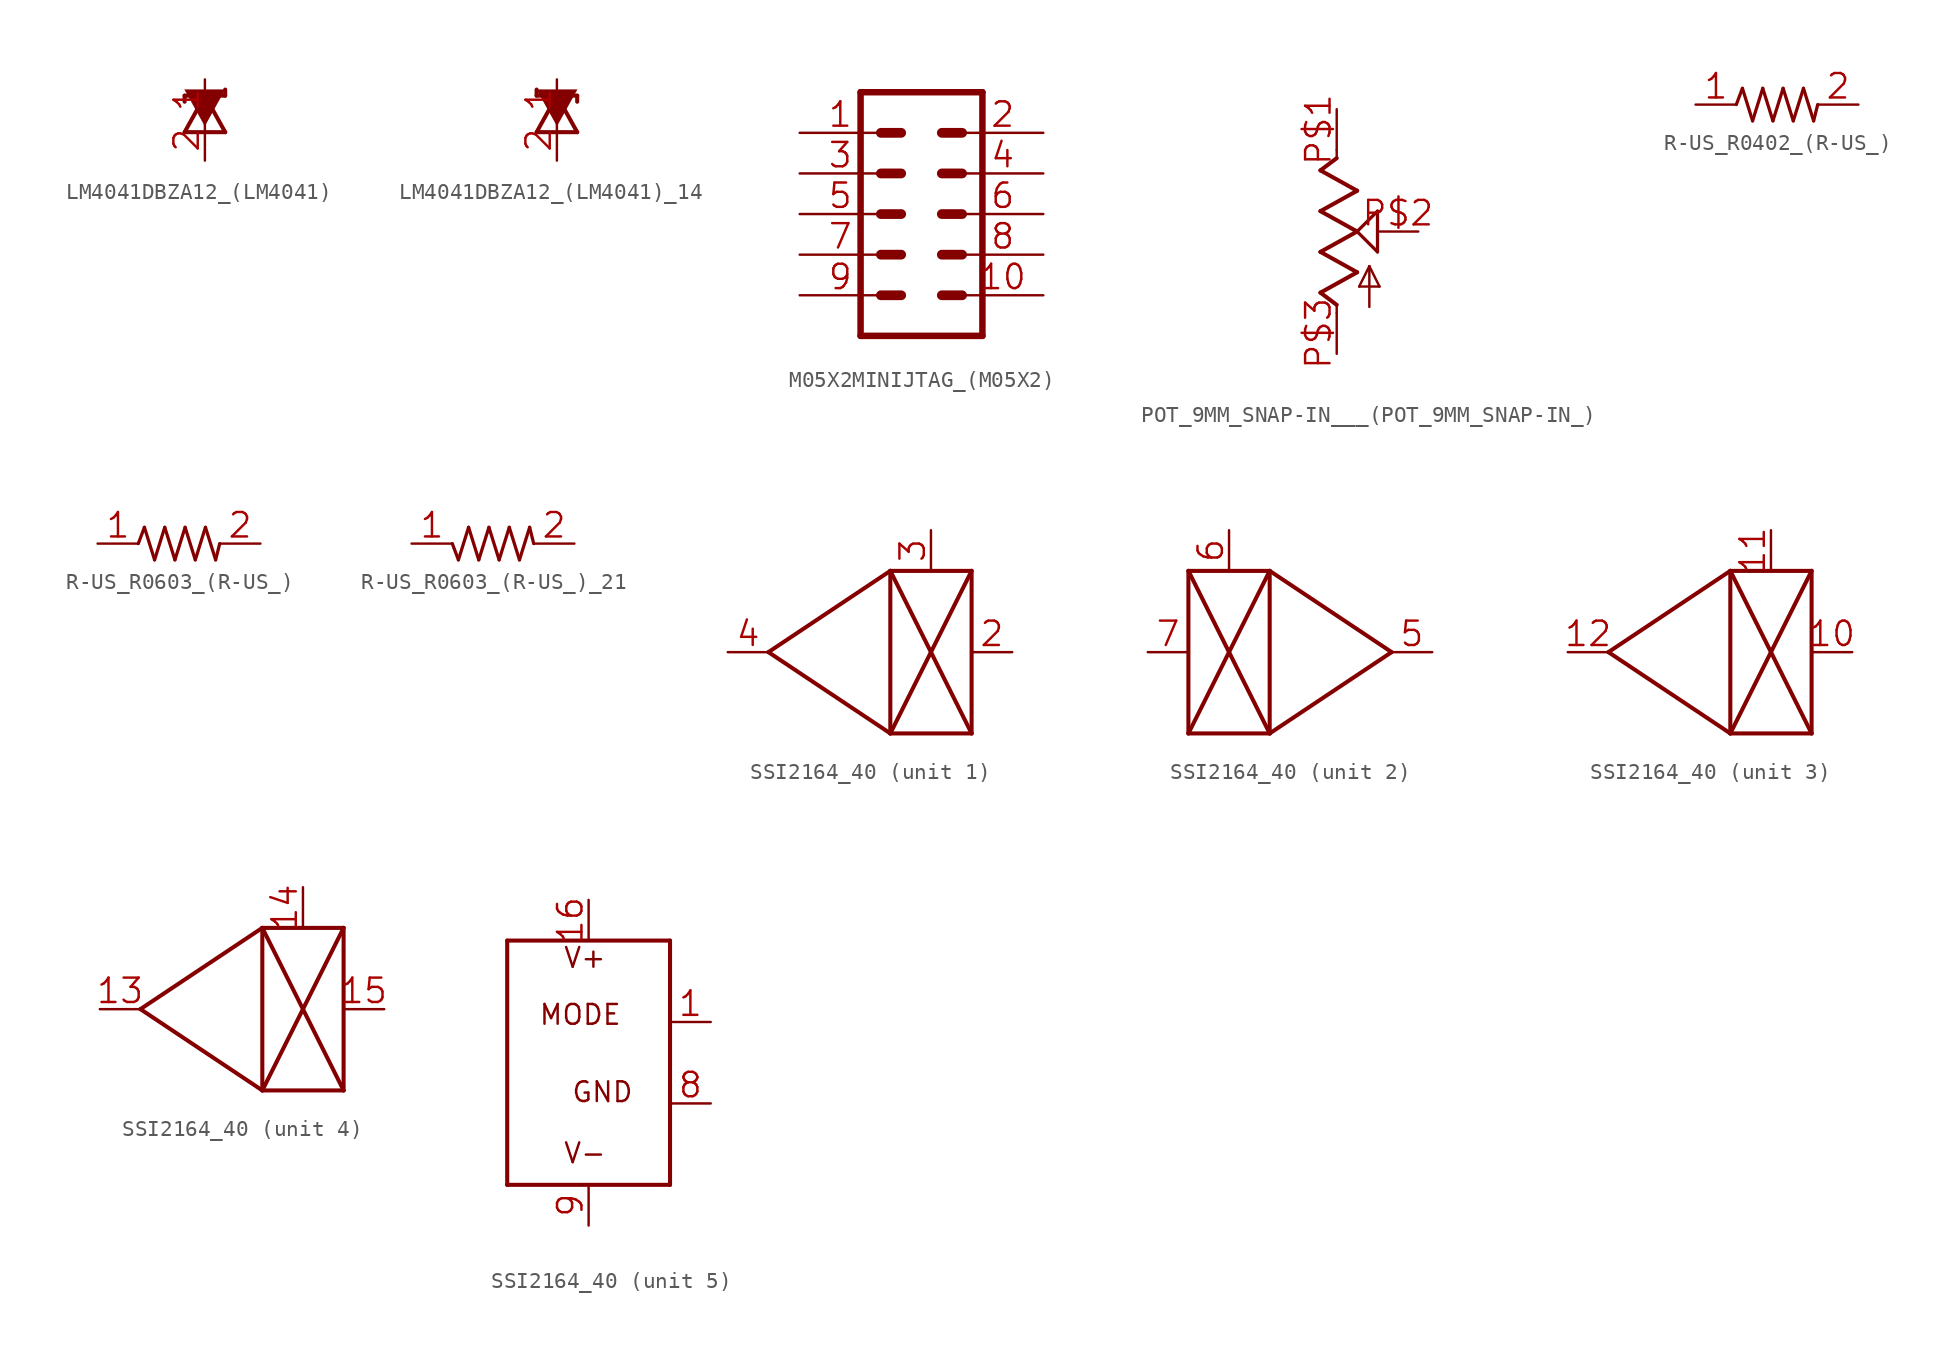
<source format=kicad_sym>
(kicad_symbol_lib
  (version 20241209)
  (generator "kicad_symbol_editor")
  (generator_version "9.0")
  (symbol "LM4041DBZA12_(LM4041)"
    (property "Reference" "U"
      (at 0 0 0)
      (effects (font (size 1.27 1.27)) (hide yes)))
    (property "ki_locked" ""
      (at 0 0 0)
      (effects (font (size 1.27 1.27))))
    (symbol "LM4041DBZA12_(LM4041)_1_0"
      (polyline (pts (xy -1.27 0.952) (xy -1.27 0.572)) (stroke (width 0.254) (type solid)) (fill (type none)))
      (polyline (pts (xy -1.27 -1.333) (xy 1.27 -1.333)) (stroke (width 0.254) (type solid)) (fill (type none)))
      (polyline (pts (xy 0 0.952) (xy -1.27 -1.333)) (stroke (width 0.254) (type solid)) (fill (type none)))
      (polyline (pts (xy 0 -0.952) (xy -1.27 1.333) (xy 1.27 1.333)) (stroke (width 0.002) (type solid)) (fill (type outline)))
      (polyline (pts (xy 1.27 1.333) (xy 1.27 0.952)) (stroke (width 0.254) (type solid)) (fill (type none)))
      (polyline (pts (xy 1.27 0.952) (xy -1.27 0.952)) (stroke (width 0.254) (type solid)) (fill (type none)))
      (polyline (pts (xy 1.27 -1.333) (xy 0 0.952)) (stroke (width 0.254) (type solid)) (fill (type none)))
      (pin passive line (at 0 1.968 270) (length 2.54) (name "C" (effects (font (size 0 0)))) (number "1" (effects (font (size 1.524 1.524)))))
      (pin passive line (at 0 -3.112 90) (length 2.54) (name "A" (effects (font (size 0 0)))) (number "2" (effects (font (size 1.524 1.524)))))))
  (symbol "LM4041DBZA12_(LM4041)_14"
    (property "Reference" "U"
      (at 0 0 0)
      (effects (font (size 1.27 1.27)) (hide yes)))
    (property "ki_locked" ""
      (at 0 0 0)
      (effects (font (size 1.27 1.27))))
    (symbol "LM4041DBZA12_(LM4041)_14_1_0"
      (polyline (pts (xy -1.27 1.333) (xy -1.27 0.952)) (stroke (width 0.254) (type solid)) (fill (type none)))
      (polyline (pts (xy -1.27 0.952) (xy 1.27 0.952)) (stroke (width 0.254) (type solid)) (fill (type none)))
      (polyline (pts (xy -1.27 -1.333) (xy 0 0.952)) (stroke (width 0.254) (type solid)) (fill (type none)))
      (polyline (pts (xy 0 0.952) (xy 1.27 -1.333)) (stroke (width 0.254) (type solid)) (fill (type none)))
      (polyline (pts (xy 0 -0.952) (xy 1.27 1.333) (xy -1.27 1.333)) (stroke (width 0.002) (type solid)) (fill (type outline)))
      (polyline (pts (xy 1.27 0.952) (xy 1.27 0.572)) (stroke (width 0.254) (type solid)) (fill (type none)))
      (polyline (pts (xy 1.27 -1.333) (xy -1.27 -1.333)) (stroke (width 0.254) (type solid)) (fill (type none)))
      (pin passive line (at 0 1.968 270) (length 2.54) (name "C" (effects (font (size 0 0)))) (number "1" (effects (font (size 1.524 1.524)))))
      (pin passive line (at 0 -3.112 90) (length 2.54) (name "A" (effects (font (size 0 0)))) (number "2" (effects (font (size 1.524 1.524)))))))
  (symbol "M05X2MINIJTAG_(M05X2)"
    (property "Reference" "P"
      (at 0 0 0)
      (effects (font (size 1.27 1.27)) (hide yes)))
    (property "ki_locked" ""
      (at 0 0 0)
      (effects (font (size 1.27 1.27))))
    (symbol "M05X2MINIJTAG_(M05X2)_1_0"
      (polyline (pts (xy -3.81 7.62) (xy -3.81 -7.62)) (stroke (width 0.406) (type solid)) (fill (type none)))
      (polyline (pts (xy -3.81 7.62) (xy 3.81 7.62)) (stroke (width 0.406) (type solid)) (fill (type none)))
      (polyline (pts (xy -1.27 5.08) (xy -2.54 5.08)) (stroke (width 0.61) (type solid)) (fill (type none)))
      (polyline (pts (xy -1.27 2.54) (xy -2.54 2.54)) (stroke (width 0.61) (type solid)) (fill (type none)))
      (polyline (pts (xy -1.27 0) (xy -2.54 0)) (stroke (width 0.61) (type solid)) (fill (type none)))
      (polyline (pts (xy -1.27 -2.54) (xy -2.54 -2.54)) (stroke (width 0.61) (type solid)) (fill (type none)))
      (polyline (pts (xy -1.27 -5.08) (xy -2.54 -5.08)) (stroke (width 0.61) (type solid)) (fill (type none)))
      (polyline (pts (xy 1.27 5.08) (xy 2.54 5.08)) (stroke (width 0.61) (type solid)) (fill (type none)))
      (polyline (pts (xy 1.27 2.54) (xy 2.54 2.54)) (stroke (width 0.61) (type solid)) (fill (type none)))
      (polyline (pts (xy 1.27 0) (xy 2.54 0)) (stroke (width 0.61) (type solid)) (fill (type none)))
      (polyline (pts (xy 1.27 -2.54) (xy 2.54 -2.54)) (stroke (width 0.61) (type solid)) (fill (type none)))
      (polyline (pts (xy 1.27 -5.08) (xy 2.54 -5.08)) (stroke (width 0.61) (type solid)) (fill (type none)))
      (polyline (pts (xy 3.81 -7.62) (xy -3.81 -7.62)) (stroke (width 0.406) (type solid)) (fill (type none)))
      (polyline (pts (xy 3.81 -7.62) (xy 3.81 7.62)) (stroke (width 0.406) (type solid)) (fill (type none)))
      (pin passive line (at -7.62 5.08 0) (length 5.08) (name "1" (effects (font (size 0 0)))) (number "1" (effects (font (size 1.524 1.524)))))
      (pin passive line (at -7.62 2.54 0) (length 5.08) (name "3" (effects (font (size 0 0)))) (number "3" (effects (font (size 1.524 1.524)))))
      (pin passive line (at -7.62 0 0) (length 5.08) (name "5" (effects (font (size 0 0)))) (number "5" (effects (font (size 1.524 1.524)))))
      (pin passive line (at -7.62 -2.54 0) (length 5.08) (name "7" (effects (font (size 0 0)))) (number "7" (effects (font (size 1.524 1.524)))))
      (pin passive line (at -7.62 -5.08 0) (length 5.08) (name "9" (effects (font (size 0 0)))) (number "9" (effects (font (size 1.524 1.524)))))
      (pin passive line (at 7.62 5.08 180) (length 5.08) (name "2" (effects (font (size 0 0)))) (number "2" (effects (font (size 1.524 1.524)))))
      (pin passive line (at 7.62 2.54 180) (length 5.08) (name "4" (effects (font (size 0 0)))) (number "4" (effects (font (size 1.524 1.524)))))
      (pin passive line (at 7.62 0 180) (length 5.08) (name "6" (effects (font (size 0 0)))) (number "6" (effects (font (size 1.524 1.524)))))
      (pin passive line (at 7.62 -2.54 180) (length 5.08) (name "8" (effects (font (size 0 0)))) (number "8" (effects (font (size 1.524 1.524)))))
      (pin passive line (at 7.62 -5.08 180) (length 5.08) (name "10" (effects (font (size 0 0)))) (number "10" (effects (font (size 1.524 1.524)))))))
  (symbol "POT_9MM_SNAP-IN___(POT_9MM_SNAP-IN_)"
    (property "Reference" "VR_FDBK"
      (at 0 0 0)
      (effects (font (size 1.27 1.27)) (hide yes)))
    (property "ki_locked" ""
      (at 0 0 0)
      (effects (font (size 1.27 1.27))))
    (symbol "POT_9MM_SNAP-IN___(POT_9MM_SNAP-IN_)_1_0"
      (polyline (pts (xy -1.841 3.81) (xy -0.826 4.572)) (stroke (width 0.254) (type solid)) (fill (type none)))
      (polyline (pts (xy -1.841 1.27) (xy 0.444 2.54)) (stroke (width 0.254) (type solid)) (fill (type none)))
      (polyline (pts (xy -1.841 -1.27) (xy 0.444 0)) (stroke (width 0.254) (type solid)) (fill (type none)))
      (polyline (pts (xy -1.841 -3.81) (xy 0.444 -2.54)) (stroke (width 0.254) (type solid)) (fill (type none)))
      (polyline (pts (xy -0.826 4.572) (xy -0.826 5.08)) (stroke (width 0.152) (type solid)) (fill (type none)))
      (polyline (pts (xy -0.826 -4.572) (xy -1.841 -3.81)) (stroke (width 0.254) (type solid)) (fill (type none)))
      (polyline (pts (xy -0.826 -5.08) (xy -0.826 -4.572)) (stroke (width 0.152) (type solid)) (fill (type none)))
      (polyline (pts (xy 0.444 2.54) (xy -1.841 3.81)) (stroke (width 0.254) (type solid)) (fill (type none)))
      (polyline (pts (xy 0.444 0) (xy -1.841 1.27)) (stroke (width 0.254) (type solid)) (fill (type none)))
      (polyline (pts (xy 0.444 0) (xy 1.715 1.27)) (stroke (width 0.203) (type solid)) (fill (type none)))
      (polyline (pts (xy 0.444 -2.54) (xy -1.841 -1.27)) (stroke (width 0.254) (type solid)) (fill (type none)))
      (polyline (pts (xy 0.572 -3.429) (xy 1.207 -2.159)) (stroke (width 0.152) (type solid)) (fill (type none)))
      (polyline (pts (xy 1.207 -2.159) (xy 1.841 -3.429)) (stroke (width 0.152) (type solid)) (fill (type none)))
      (polyline (pts (xy 1.207 -4.699) (xy 1.207 -2.159)) (stroke (width 0.152) (type solid)) (fill (type none)))
      (polyline (pts (xy 1.715 1.27) (xy 1.715 -1.27)) (stroke (width 0.203) (type solid)) (fill (type none)))
      (polyline (pts (xy 1.715 -1.27) (xy 0.444 0)) (stroke (width 0.203) (type solid)) (fill (type none)))
      (polyline (pts (xy 1.841 -3.429) (xy 0.572 -3.429)) (stroke (width 0.152) (type solid)) (fill (type none)))
      (pin passive line (at -0.826 7.62 270) (length 2.54) (name "3" (effects (font (size 0 0)))) (number "P$1" (effects (font (size 1.524 1.524)))))
      (pin passive line (at -0.826 -7.62 90) (length 2.54) (name "1" (effects (font (size 0 0)))) (number "P$3" (effects (font (size 1.524 1.524)))))
      (pin passive line (at 4.255 0 180) (length 2.54) (name "2" (effects (font (size 0 0)))) (number "P$2" (effects (font (size 1.524 1.524)))))))
  (symbol "R-US_R0402_(R-US_)"
    (property "Reference" "R"
      (at 0 0 0)
      (effects (font (size 1.27 1.27)) (hide yes)))
    (property "ki_locked" ""
      (at 0 0 0)
      (effects (font (size 1.27 1.27))))
    (symbol "R-US_R0402_(R-US_)_1_0"
      (polyline (pts (xy -2.54 0) (xy -2.159 1.016)) (stroke (width 0.203) (type solid)) (fill (type none)))
      (polyline (pts (xy -2.159 1.016) (xy -1.524 -1.016)) (stroke (width 0.203) (type solid)) (fill (type none)))
      (polyline (pts (xy -1.524 -1.016) (xy -0.889 1.016)) (stroke (width 0.203) (type solid)) (fill (type none)))
      (polyline (pts (xy -0.889 1.016) (xy -0.254 -1.016)) (stroke (width 0.203) (type solid)) (fill (type none)))
      (polyline (pts (xy -0.254 -1.016) (xy 0.381 1.016)) (stroke (width 0.203) (type solid)) (fill (type none)))
      (polyline (pts (xy 0.381 1.016) (xy 1.016 -1.016)) (stroke (width 0.203) (type solid)) (fill (type none)))
      (polyline (pts (xy 1.016 -1.016) (xy 1.651 1.016)) (stroke (width 0.203) (type solid)) (fill (type none)))
      (polyline (pts (xy 1.651 1.016) (xy 2.286 -1.016)) (stroke (width 0.203) (type solid)) (fill (type none)))
      (polyline (pts (xy 2.286 -1.016) (xy 2.54 0)) (stroke (width 0.203) (type solid)) (fill (type none)))
      (pin passive line (at -5.08 0 0) (length 2.54) (name "1" (effects (font (size 0 0)))) (number "1" (effects (font (size 1.524 1.524)))))
      (pin passive line (at 5.08 0 180) (length 2.54) (name "2" (effects (font (size 0 0)))) (number "2" (effects (font (size 1.524 1.524)))))))
  (symbol "R-US_R0603_(R-US_)"
    (property "Reference" "R"
      (at 0 0 0)
      (effects (font (size 1.27 1.27)) (hide yes)))
    (property "ki_locked" ""
      (at 0 0 0)
      (effects (font (size 1.27 1.27))))
    (symbol "R-US_R0603_(R-US_)_1_0"
      (polyline (pts (xy -2.54 0) (xy -2.159 1.016)) (stroke (width 0.203) (type solid)) (fill (type none)))
      (polyline (pts (xy -2.159 1.016) (xy -1.524 -1.016)) (stroke (width 0.203) (type solid)) (fill (type none)))
      (polyline (pts (xy -1.524 -1.016) (xy -0.889 1.016)) (stroke (width 0.203) (type solid)) (fill (type none)))
      (polyline (pts (xy -0.889 1.016) (xy -0.254 -1.016)) (stroke (width 0.203) (type solid)) (fill (type none)))
      (polyline (pts (xy -0.254 -1.016) (xy 0.381 1.016)) (stroke (width 0.203) (type solid)) (fill (type none)))
      (polyline (pts (xy 0.381 1.016) (xy 1.016 -1.016)) (stroke (width 0.203) (type solid)) (fill (type none)))
      (polyline (pts (xy 1.016 -1.016) (xy 1.651 1.016)) (stroke (width 0.203) (type solid)) (fill (type none)))
      (polyline (pts (xy 1.651 1.016) (xy 2.286 -1.016)) (stroke (width 0.203) (type solid)) (fill (type none)))
      (polyline (pts (xy 2.286 -1.016) (xy 2.54 0)) (stroke (width 0.203) (type solid)) (fill (type none)))
      (pin passive line (at -5.08 0 0) (length 2.54) (name "1" (effects (font (size 0 0)))) (number "1" (effects (font (size 1.524 1.524)))))
      (pin passive line (at 5.08 0 180) (length 2.54) (name "2" (effects (font (size 0 0)))) (number "2" (effects (font (size 1.524 1.524)))))))
  (symbol "R-US_R0603_(R-US_)_21"
    (property "Reference" "R"
      (at 0 0 0)
      (effects (font (size 1.27 1.27)) (hide yes)))
    (property "ki_locked" ""
      (at 0 0 0)
      (effects (font (size 1.27 1.27))))
    (symbol "R-US_R0603_(R-US_)_21_1_0"
      (polyline (pts (xy -2.54 0) (xy -2.159 -1.016)) (stroke (width 0.203) (type solid)) (fill (type none)))
      (polyline (pts (xy -2.159 -1.016) (xy -1.524 1.016)) (stroke (width 0.203) (type solid)) (fill (type none)))
      (polyline (pts (xy -1.524 1.016) (xy -0.889 -1.016)) (stroke (width 0.203) (type solid)) (fill (type none)))
      (polyline (pts (xy -0.889 -1.016) (xy -0.254 1.016)) (stroke (width 0.203) (type solid)) (fill (type none)))
      (polyline (pts (xy -0.254 1.016) (xy 0.381 -1.016)) (stroke (width 0.203) (type solid)) (fill (type none)))
      (polyline (pts (xy 0.381 -1.016) (xy 1.016 1.016)) (stroke (width 0.203) (type solid)) (fill (type none)))
      (polyline (pts (xy 1.016 1.016) (xy 1.651 -1.016)) (stroke (width 0.203) (type solid)) (fill (type none)))
      (polyline (pts (xy 1.651 -1.016) (xy 2.286 1.016)) (stroke (width 0.203) (type solid)) (fill (type none)))
      (polyline (pts (xy 2.286 1.016) (xy 2.54 0)) (stroke (width 0.203) (type solid)) (fill (type none)))
      (pin passive line (at -5.08 0 0) (length 2.54) (name "1" (effects (font (size 0 0)))) (number "1" (effects (font (size 1.524 1.524)))))
      (pin passive line (at 5.08 0 180) (length 2.54) (name "2" (effects (font (size 0 0)))) (number "2" (effects (font (size 1.524 1.524)))))))
  (symbol "SSI2164_40"
    (property "Reference" "U"
      (at 0 0 0)
      (effects (font (size 1.27 1.27)) (hide yes)))
    (property "ki_locked" ""
      (at 0 0 0)
      (effects (font (size 1.27 1.27))))
    (symbol "SSI2164_40_1_0"
      (polyline (pts (xy -6.35 0) (xy 1.27 -5.08)) (stroke (width 0.254) (type solid)) (fill (type none)))
      (polyline (pts (xy 1.27 5.08) (xy -6.35 0)) (stroke (width 0.254) (type solid)) (fill (type none)))
      (polyline (pts (xy 1.27 5.08) (xy 6.35 5.08)) (stroke (width 0.254) (type solid)) (fill (type none)))
      (polyline (pts (xy 1.27 -5.08) (xy 1.27 5.08)) (stroke (width 0.254) (type solid)) (fill (type none)))
      (polyline (pts (xy 6.35 5.08) (xy 1.27 -5.08)) (stroke (width 0.254) (type solid)) (fill (type none)))
      (polyline (pts (xy 6.35 5.08) (xy 6.35 -5.08)) (stroke (width 0.254) (type solid)) (fill (type none)))
      (polyline (pts (xy 6.35 -5.08) (xy 1.27 5.08)) (stroke (width 0.254) (type solid)) (fill (type none)))
      (polyline (pts (xy 6.35 -5.08) (xy 1.27 -5.08)) (stroke (width 0.254) (type solid)) (fill (type none)))
      (pin output line (at -8.89 0 0) (length 2.54) (name "OUT" (effects (font (size 0 0)))) (number "4" (effects (font (size 1.524 1.524)))))
      (pin input line (at 3.81 7.62 270) (length 2.54) (name "CTRL" (effects (font (size 0 0)))) (number "3" (effects (font (size 1.524 1.524)))))
      (pin input line (at 8.89 0 180) (length 2.54) (name "IN" (effects (font (size 0 0)))) (number "2" (effects (font (size 1.524 1.524))))))
    (symbol "SSI2164_40_2_0"
      (polyline (pts (xy -6.35 5.08) (xy -6.35 -5.08)) (stroke (width 0.254) (type solid)) (fill (type none)))
      (polyline (pts (xy -6.35 5.08) (xy -1.27 -5.08)) (stroke (width 0.254) (type solid)) (fill (type none)))
      (polyline (pts (xy -6.35 -5.08) (xy -1.27 5.08)) (stroke (width 0.254) (type solid)) (fill (type none)))
      (polyline (pts (xy -6.35 -5.08) (xy -1.27 -5.08)) (stroke (width 0.254) (type solid)) (fill (type none)))
      (polyline (pts (xy -1.27 5.08) (xy -6.35 5.08)) (stroke (width 0.254) (type solid)) (fill (type none)))
      (polyline (pts (xy -1.27 5.08) (xy 6.35 0)) (stroke (width 0.254) (type solid)) (fill (type none)))
      (polyline (pts (xy -1.27 -5.08) (xy -1.27 5.08)) (stroke (width 0.254) (type solid)) (fill (type none)))
      (polyline (pts (xy 6.35 0) (xy -1.27 -5.08)) (stroke (width 0.254) (type solid)) (fill (type none)))
      (pin input line (at -8.89 0 0) (length 2.54) (name "IN" (effects (font (size 0 0)))) (number "7" (effects (font (size 1.524 1.524)))))
      (pin input line (at -3.81 7.62 270) (length 2.54) (name "CTRL" (effects (font (size 0 0)))) (number "6" (effects (font (size 1.524 1.524)))))
      (pin output line (at 8.89 0 180) (length 2.54) (name "OUT" (effects (font (size 0 0)))) (number "5" (effects (font (size 1.524 1.524))))))
    (symbol "SSI2164_40_3_0"
      (polyline (pts (xy -6.35 0) (xy 1.27 -5.08)) (stroke (width 0.254) (type solid)) (fill (type none)))
      (polyline (pts (xy 1.27 5.08) (xy -6.35 0)) (stroke (width 0.254) (type solid)) (fill (type none)))
      (polyline (pts (xy 1.27 5.08) (xy 6.35 5.08)) (stroke (width 0.254) (type solid)) (fill (type none)))
      (polyline (pts (xy 1.27 -5.08) (xy 1.27 5.08)) (stroke (width 0.254) (type solid)) (fill (type none)))
      (polyline (pts (xy 6.35 5.08) (xy 1.27 -5.08)) (stroke (width 0.254) (type solid)) (fill (type none)))
      (polyline (pts (xy 6.35 5.08) (xy 6.35 -5.08)) (stroke (width 0.254) (type solid)) (fill (type none)))
      (polyline (pts (xy 6.35 -5.08) (xy 1.27 5.08)) (stroke (width 0.254) (type solid)) (fill (type none)))
      (polyline (pts (xy 6.35 -5.08) (xy 1.27 -5.08)) (stroke (width 0.254) (type solid)) (fill (type none)))
      (pin output line (at -8.89 0 0) (length 2.54) (name "OUT" (effects (font (size 0 0)))) (number "12" (effects (font (size 1.524 1.524)))))
      (pin input line (at 3.81 7.62 270) (length 2.54) (name "CTRL" (effects (font (size 0 0)))) (number "11" (effects (font (size 1.524 1.524)))))
      (pin input line (at 8.89 0 180) (length 2.54) (name "IN" (effects (font (size 0 0)))) (number "10" (effects (font (size 1.524 1.524))))))
    (symbol "SSI2164_40_4_0"
      (polyline (pts (xy -6.35 0) (xy 1.27 -5.08)) (stroke (width 0.254) (type solid)) (fill (type none)))
      (polyline (pts (xy 1.27 5.08) (xy -6.35 0)) (stroke (width 0.254) (type solid)) (fill (type none)))
      (polyline (pts (xy 1.27 5.08) (xy 6.35 5.08)) (stroke (width 0.254) (type solid)) (fill (type none)))
      (polyline (pts (xy 1.27 -5.08) (xy 1.27 5.08)) (stroke (width 0.254) (type solid)) (fill (type none)))
      (polyline (pts (xy 6.35 5.08) (xy 1.27 -5.08)) (stroke (width 0.254) (type solid)) (fill (type none)))
      (polyline (pts (xy 6.35 5.08) (xy 6.35 -5.08)) (stroke (width 0.254) (type solid)) (fill (type none)))
      (polyline (pts (xy 6.35 -5.08) (xy 1.27 5.08)) (stroke (width 0.254) (type solid)) (fill (type none)))
      (polyline (pts (xy 6.35 -5.08) (xy 1.27 -5.08)) (stroke (width 0.254) (type solid)) (fill (type none)))
      (pin output line (at -8.89 0 0) (length 2.54) (name "OUT" (effects (font (size 0 0)))) (number "13" (effects (font (size 1.524 1.524)))))
      (pin input line (at 3.81 7.62 270) (length 2.54) (name "CTRL" (effects (font (size 0 0)))) (number "14" (effects (font (size 1.524 1.524)))))
      (pin input line (at 8.89 0 180) (length 2.54) (name "IN" (effects (font (size 0 0)))) (number "15" (effects (font (size 1.524 1.524))))))
    (symbol "SSI2164_40_5_0"
      (polyline (pts (xy -5.08 7.62) (xy 5.08 7.62)) (stroke (width 0.254) (type solid)) (fill (type none)))
      (polyline (pts (xy -5.08 -7.62) (xy -5.08 7.62)) (stroke (width 0.254) (type solid)) (fill (type none)))
      (polyline (pts (xy 5.08 7.62) (xy 5.08 -7.62)) (stroke (width 0.254) (type solid)) (fill (type none)))
      (polyline (pts (xy 5.08 -7.62) (xy -5.08 -7.62)) (stroke (width 0.254) (type solid)) (fill (type none)))
      (text "MODE" (at -3.147 3.717 0) (effects (font (size 1.233 1.233)) (justify left top)))
      (text "V+" (at -1.623 7.273 0) (effects (font (size 1.233 1.233)) (justify left top)))
      (text "V-" (at -1.623 -4.919 0) (effects (font (size 1.233 1.233)) (justify left top)))
      (text "GND" (at -1.115 -1.109 0) (effects (font (size 1.233 1.233)) (justify left top)))
      (pin power_in line (at 0 10.16 270) (length 2.54) (name "V+" (effects (font (size 0 0)))) (number "16" (effects (font (size 1.524 1.524)))))
      (pin power_in line (at 0 -10.16 90) (length 2.54) (name "V-" (effects (font (size 0 0)))) (number "9" (effects (font (size 1.524 1.524)))))
      (pin input line (at 7.62 2.54 180) (length 2.54) (name "MODE" (effects (font (size 0 0)))) (number "1" (effects (font (size 1.524 1.524)))))
      (pin power_in line (at 7.62 -2.54 180) (length 2.54) (name "GND" (effects (font (size 0 0)))) (number "8" (effects (font (size 1.524 1.524))))))))
</source>
